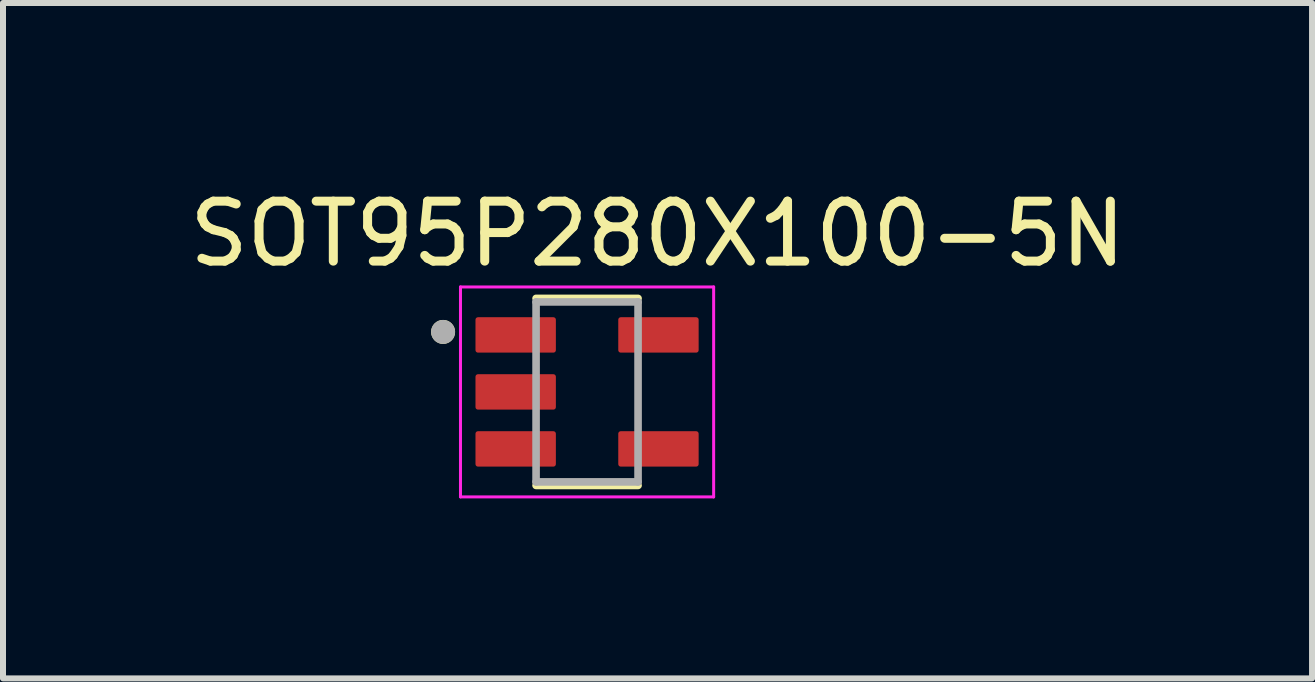
<source format=kicad_pcb>
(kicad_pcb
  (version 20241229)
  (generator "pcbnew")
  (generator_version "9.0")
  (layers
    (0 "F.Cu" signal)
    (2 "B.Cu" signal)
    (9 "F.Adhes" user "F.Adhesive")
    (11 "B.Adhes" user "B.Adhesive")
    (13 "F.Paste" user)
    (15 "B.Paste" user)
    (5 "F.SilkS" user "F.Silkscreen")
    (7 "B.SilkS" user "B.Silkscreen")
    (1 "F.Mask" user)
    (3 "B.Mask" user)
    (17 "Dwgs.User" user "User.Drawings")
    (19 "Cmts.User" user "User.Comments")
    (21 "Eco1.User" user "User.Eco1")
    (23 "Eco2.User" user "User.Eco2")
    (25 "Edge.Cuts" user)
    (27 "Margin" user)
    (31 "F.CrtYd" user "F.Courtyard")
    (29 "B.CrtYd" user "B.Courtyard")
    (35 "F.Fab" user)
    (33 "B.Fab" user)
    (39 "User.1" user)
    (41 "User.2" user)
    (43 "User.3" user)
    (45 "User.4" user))
  (footprint "SOT95P280X100-5N"
    (layer "F.Cu")
    (at 6.736 3.483)
    (property "Reference" "SOT95P280X100-5N" (at 1.175 -2.635 0) (layer "F.SilkS") (effects (font (size 1 1) (thickness 0.15))))
    (attr smd)
    (fp_line (start -0.85 -1.559) (end 0.85 -1.559) (stroke (width 0.127) (type solid)) (layer "F.SilkS"))
    (fp_line (start -0.85 1.559) (end 0.85 1.559) (stroke (width 0.127) (type solid)) (layer "F.SilkS"))
    (fp_circle (center -2.4 -1) (end -2.3 -1) (stroke (width 0.2) (type solid)) (fill no) (layer "F.SilkS"))
    (fp_line (start -2.11 -1.75) (end 2.11 -1.75) (stroke (width 0.05) (type solid)) (layer "F.CrtYd"))
    (fp_line (start -2.11 1.75) (end -2.11 -1.75) (stroke (width 0.05) (type solid)) (layer "F.CrtYd"))
    (fp_line (start 2.11 -1.75) (end 2.11 1.75) (stroke (width 0.05) (type solid)) (layer "F.CrtYd"))
    (fp_line (start 2.11 1.75) (end -2.11 1.75) (stroke (width 0.05) (type solid)) (layer "F.CrtYd"))
    (fp_line (start -0.85 -1.5) (end 0.85 -1.5) (stroke (width 0.127) (type solid)) (layer "F.Fab"))
    (fp_line (start -0.85 1.5) (end -0.85 -1.5) (stroke (width 0.127) (type solid)) (layer "F.Fab"))
    (fp_line (start 0.85 -1.5) (end 0.85 1.5) (stroke (width 0.127) (type solid)) (layer "F.Fab"))
    (fp_line (start 0.85 1.5) (end -0.85 1.5) (stroke (width 0.127) (type solid)) (layer "F.Fab"))
    (fp_circle (center -2.4 -1) (end -2.3 -1) (stroke (width 0.2) (type solid)) (fill no) (layer "F.Fab"))
    (pad "1" smd roundrect (at -1.19 -0.95) (size 1.34 0.59) (layers "F.Cu" "F.Mask" "F.Paste") (roundrect_rratio 0.07))
    (pad "2" smd roundrect (at -1.19 0) (size 1.34 0.59) (layers "F.Cu" "F.Mask" "F.Paste") (roundrect_rratio 0.07))
    (pad "3" smd roundrect (at -1.19 0.95) (size 1.34 0.59) (layers "F.Cu" "F.Mask" "F.Paste") (roundrect_rratio 0.07))
    (pad "4" smd roundrect (at 1.19 0.95 180) (size 1.34 0.59) (layers "F.Cu" "F.Mask" "F.Paste") (roundrect_rratio 0.07))
    (pad "5" smd roundrect (at 1.19 -0.95 180) (size 1.34 0.59) (layers "F.Cu" "F.Mask" "F.Paste") (roundrect_rratio 0.07)))
  (gr_rect
    (start -3 -3)
    (end 18.821 8.258)
    (stroke (width 0.1) (type default))
    (fill no)
    (layer "Edge.Cuts")))
</source>
